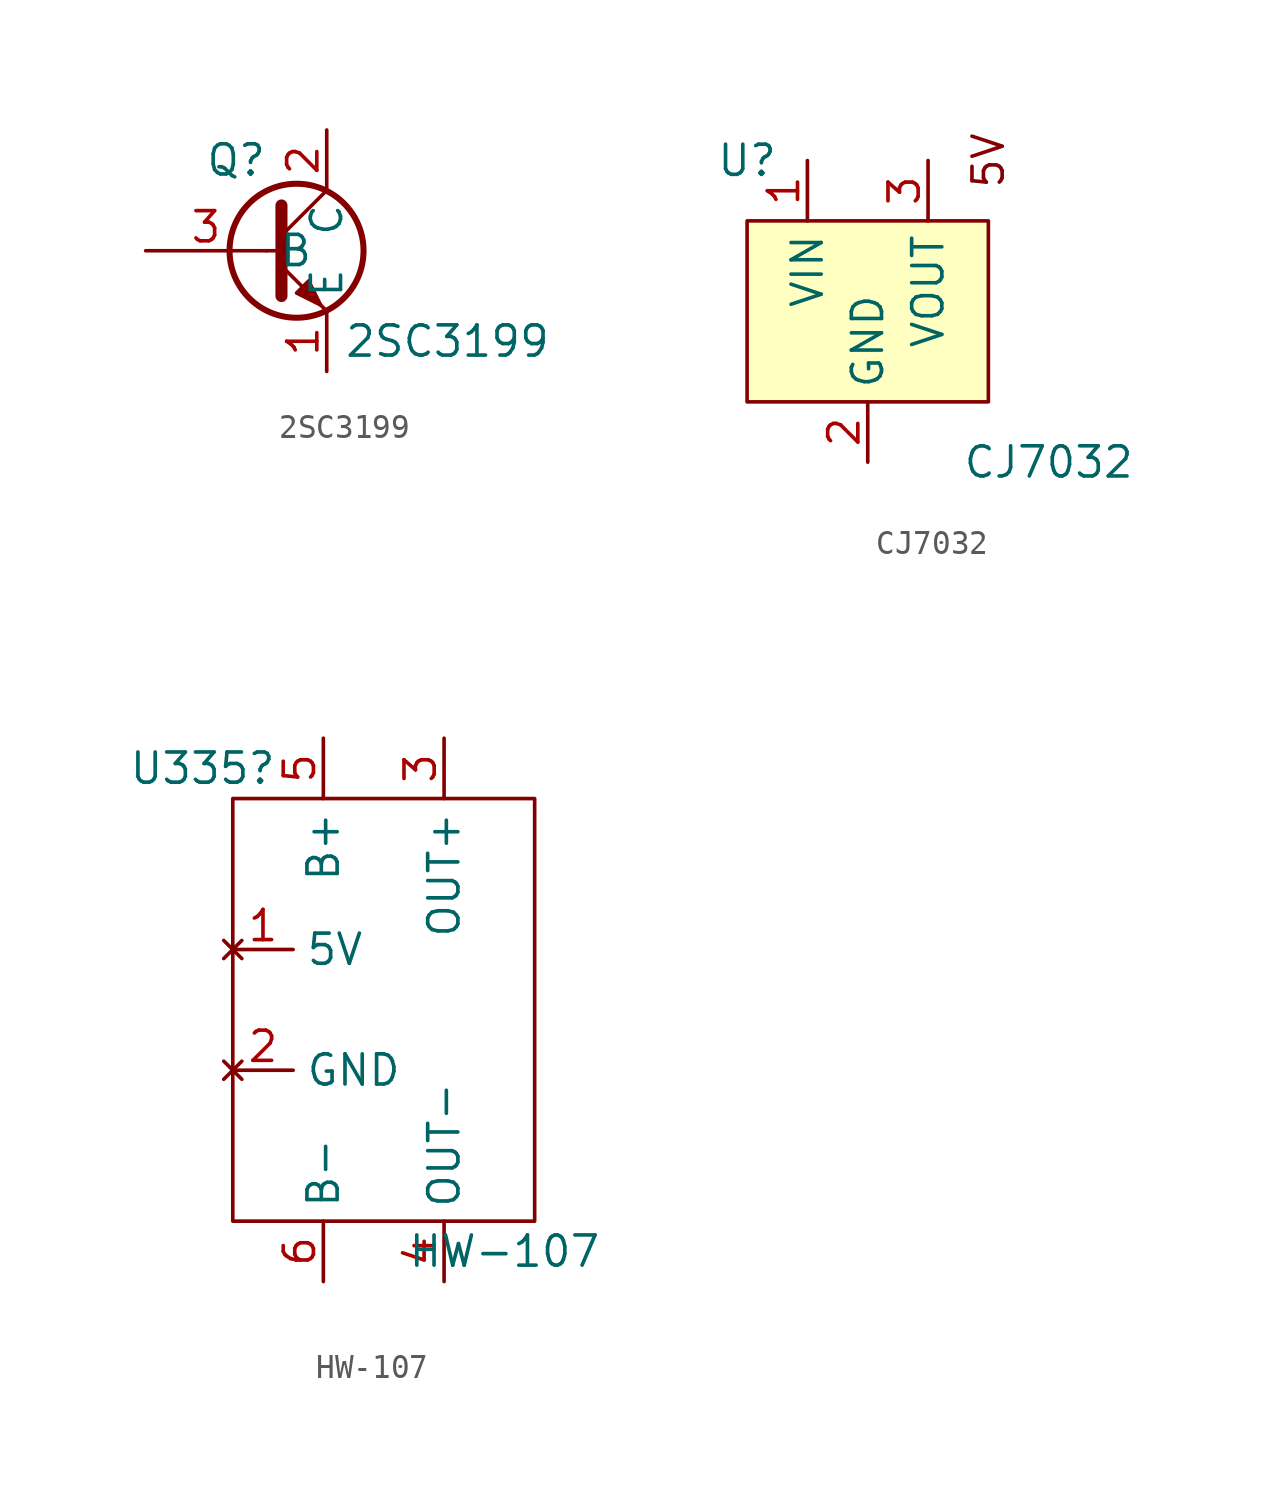
<source format=kicad_sym>
(kicad_symbol_lib
  (version 20211014)
  (generator kicad_symbol_editor)
  (symbol "2SC3199"
    (property "Reference" "Q"
      (at -2.54 3.81 0)
      (effects (font (size 1.27 1.27))))
    (property "Value" "2SC3199"
      (at 6.35 -3.81 0)
      (effects (font (size 1.27 1.27))))
    (symbol "2SC3199_0_1"
      (polyline (pts (xy -1.27 0) (xy -0.635 0)) (stroke (width 0) (type default) (color 0 0 0 0)) (fill (type none)))
      (polyline (pts (xy -0.635 0.635) (xy 1.27 2.54)) (stroke (width 0) (type default) (color 0 0 0 0)) (fill (type none)))
      (polyline (pts (xy -0.635 -0.635) (xy 1.27 -2.54) (xy 1.27 -2.54)) (stroke (width 0) (type default) (color 0 0 0 0)) (fill (type none)))
      (polyline (pts (xy -0.635 1.905) (xy -0.635 -1.905) (xy -0.635 -1.905)) (stroke (width 0.508) (type default) (color 0 0 0 0)) (fill (type none)))
      (polyline (pts (xy 0 -1.778) (xy 0.508 -1.27) (xy 1.016 -2.286) (xy 0 -1.778) (xy 0 -1.778)) (stroke (width 0) (type default) (color 0 0 0 0)) (fill (type outline)))
      (circle (center 0 0) (radius 2.819) (stroke (width 0.254) (type default) (color 0 0 0 0)) (fill (type none))))
    (symbol "2SC3199_1_1"
      (pin passive line (at 1.27 -5.08 90) (length 2.54) (name "E" (effects (font (size 1.27 1.27)))) (number "1" (effects (font (size 1.27 1.27)))))
      (pin passive line (at 1.27 5.08 270) (length 2.54) (name "C" (effects (font (size 1.27 1.27)))) (number "2" (effects (font (size 1.27 1.27)))))
      (pin input line (at -6.35 0 0) (length 5.08) (name "B" (effects (font (size 1.27 1.27)))) (number "3" (effects (font (size 1.27 1.27)))))))
  (symbol "CJ7032"
    (property "Reference" "U"
      (at -5.08 7.62 0)
      (effects (font (size 1.27 1.27))))
    (property "Value" "CJ7032"
      (at 7.62 -5.08 0)
      (effects (font (size 1.27 1.27))))
    (symbol "CJ7032_0_0"
      (text "5V" (at 5.08 7.62 900) (effects (font (size 1.27 1.27)))))
    (symbol "CJ7032_0_1"
      (rectangle (start -5.08 5.08) (end 5.08 -2.54) (stroke (width 0) (type default) (color 0 0 0 0)) (fill (type background))))
    (symbol "CJ7032_1_1"
      (pin power_in line (at -2.54 7.62 270) (length 2.54) (name "VIN" (effects (font (size 1.27 1.27)))) (number "1" (effects (font (size 1.27 1.27)))))
      (pin output line (at 0 -5.08 90) (length 2.54) (name "GND" (effects (font (size 1.27 1.27)))) (number "2" (effects (font (size 1.27 1.27)))))
      (pin power_out line (at 2.54 7.62 270) (length 2.54) (name "VOUT" (effects (font (size 1.27 1.27)))) (number "3" (effects (font (size 1.27 1.27)))))))
  (symbol "HW-107"
    (property "Reference" "U335"
      (at -7.62 10.16 0)
      (effects (font (size 1.27 1.27))))
    (property "Value" "HW-107"
      (at 5.08 -10.16 0)
      (effects (font (size 1.27 1.27))))
    (symbol "HW-107_0_1"
      (rectangle (start -6.35 8.89) (end 6.35 -8.89) (stroke (width 0) (type default) (color 0 0 0 0)) (fill (type none))))
    (symbol "HW-107_1_1"
      (pin no_connect line (at -6.35 2.54 0) (length 2.54) (name "5V" (effects (font (size 1.27 1.27)))) (number "1" (effects (font (size 1.27 1.27)))))
      (pin no_connect line (at -6.35 -2.54 0) (length 2.54) (name "GND" (effects (font (size 1.27 1.27)))) (number "2" (effects (font (size 1.27 1.27)))))
      (pin power_out line (at 2.54 11.43 270) (length 2.54) (name "OUT+" (effects (font (size 1.27 1.27)))) (number "3" (effects (font (size 1.27 1.27)))))
      (pin power_out line (at 2.54 -11.43 90) (length 2.54) (name "OUT-" (effects (font (size 1.27 1.27)))) (number "4" (effects (font (size 1.27 1.27)))))
      (pin power_in line (at -2.54 11.43 270) (length 2.54) (name "B+" (effects (font (size 1.27 1.27)))) (number "5" (effects (font (size 1.27 1.27)))))
      (pin power_in line (at -2.54 -11.43 90) (length 2.54) (name "B-" (effects (font (size 1.27 1.27)))) (number "6" (effects (font (size 1.27 1.27))))))))
</source>
